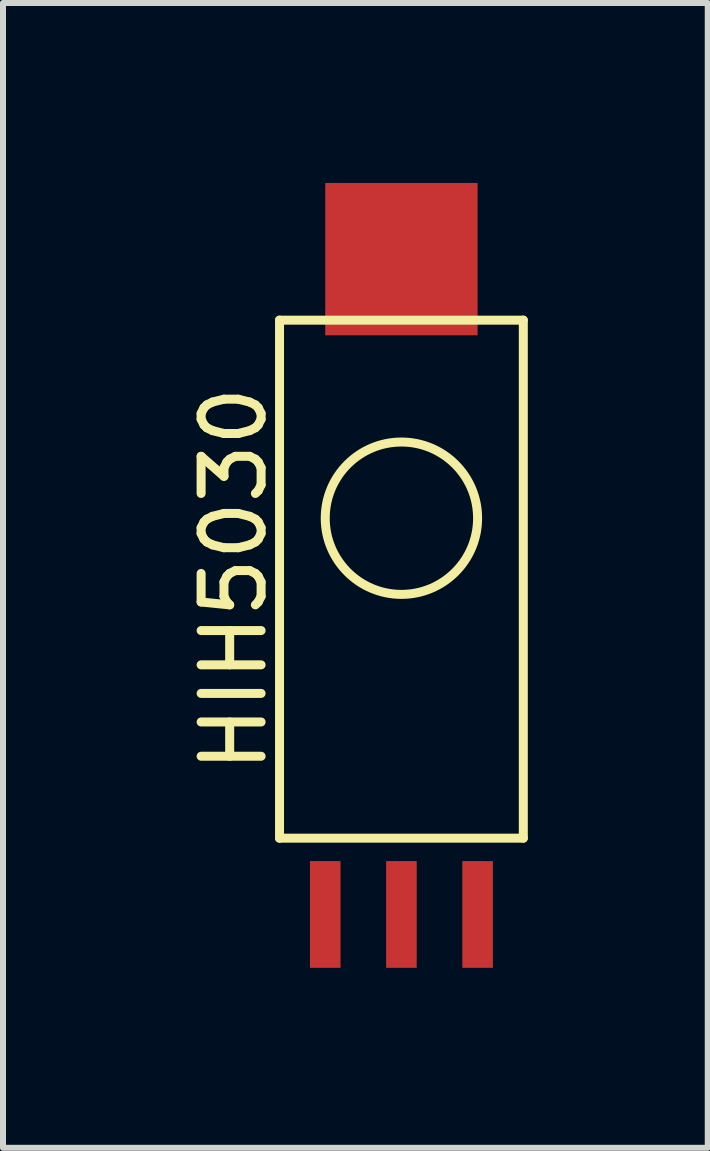
<source format=kicad_pcb>
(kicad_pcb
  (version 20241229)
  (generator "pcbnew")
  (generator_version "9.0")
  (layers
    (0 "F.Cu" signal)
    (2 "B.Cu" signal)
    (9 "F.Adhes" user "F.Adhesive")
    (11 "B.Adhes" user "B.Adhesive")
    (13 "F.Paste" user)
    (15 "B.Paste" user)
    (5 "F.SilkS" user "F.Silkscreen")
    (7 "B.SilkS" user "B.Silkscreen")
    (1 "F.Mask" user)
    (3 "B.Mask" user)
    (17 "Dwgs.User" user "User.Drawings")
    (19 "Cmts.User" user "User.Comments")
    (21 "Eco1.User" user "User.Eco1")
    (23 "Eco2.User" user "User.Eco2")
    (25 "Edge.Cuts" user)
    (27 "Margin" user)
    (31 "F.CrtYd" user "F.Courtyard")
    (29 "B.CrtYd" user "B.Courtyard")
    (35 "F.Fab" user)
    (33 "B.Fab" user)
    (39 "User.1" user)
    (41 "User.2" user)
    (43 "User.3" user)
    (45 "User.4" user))
  (footprint "HIH5030"
    (layer "F.Cu")
    (at 3.642 6.605)
    (property "Reference" "HIH5030" (at -2.794 0 90) (layer "F.SilkS") (effects (font (size 1 1) (thickness 0.15))))
    (attr through_hole)
    (fp_line (start -2.032 -4.318) (end 2.032 -4.318) (stroke (width 0.15) (type solid)) (layer "F.SilkS"))
    (fp_line (start -2.032 4.318) (end -2.032 -4.318) (stroke (width 0.15) (type solid)) (layer "F.SilkS"))
    (fp_line (start 2.032 -4.318) (end 2.032 4.318) (stroke (width 0.15) (type solid)) (layer "F.SilkS"))
    (fp_line (start 2.032 4.318) (end -2.032 4.318) (stroke (width 0.15) (type solid)) (layer "F.SilkS"))
    (fp_circle (center 0 -1.016) (end 0.762 0) (stroke (width 0.15) (type solid)) (fill no) (layer "F.SilkS"))
    (pad "" smd rect (at 0 -5.335) (size 2.54 2.54) (layers "F.Cu" "F.Mask" "F.Paste"))
    (pad "1" smd rect (at -1.27 5.59) (size 0.51 1.78) (layers "F.Cu" "F.Mask" "F.Paste"))
    (pad "2" smd rect (at 0 5.59) (size 0.51 1.78) (layers "F.Cu" "F.Mask" "F.Paste"))
    (pad "3" smd rect (at 1.27 5.59) (size 0.51 1.78) (layers "F.Cu" "F.Mask" "F.Paste")))
  (gr_rect
    (start -3 -3)
    (end 8.749 16.085)
    (stroke (width 0.1) (type default))
    (fill no)
    (layer "Edge.Cuts")))
</source>
